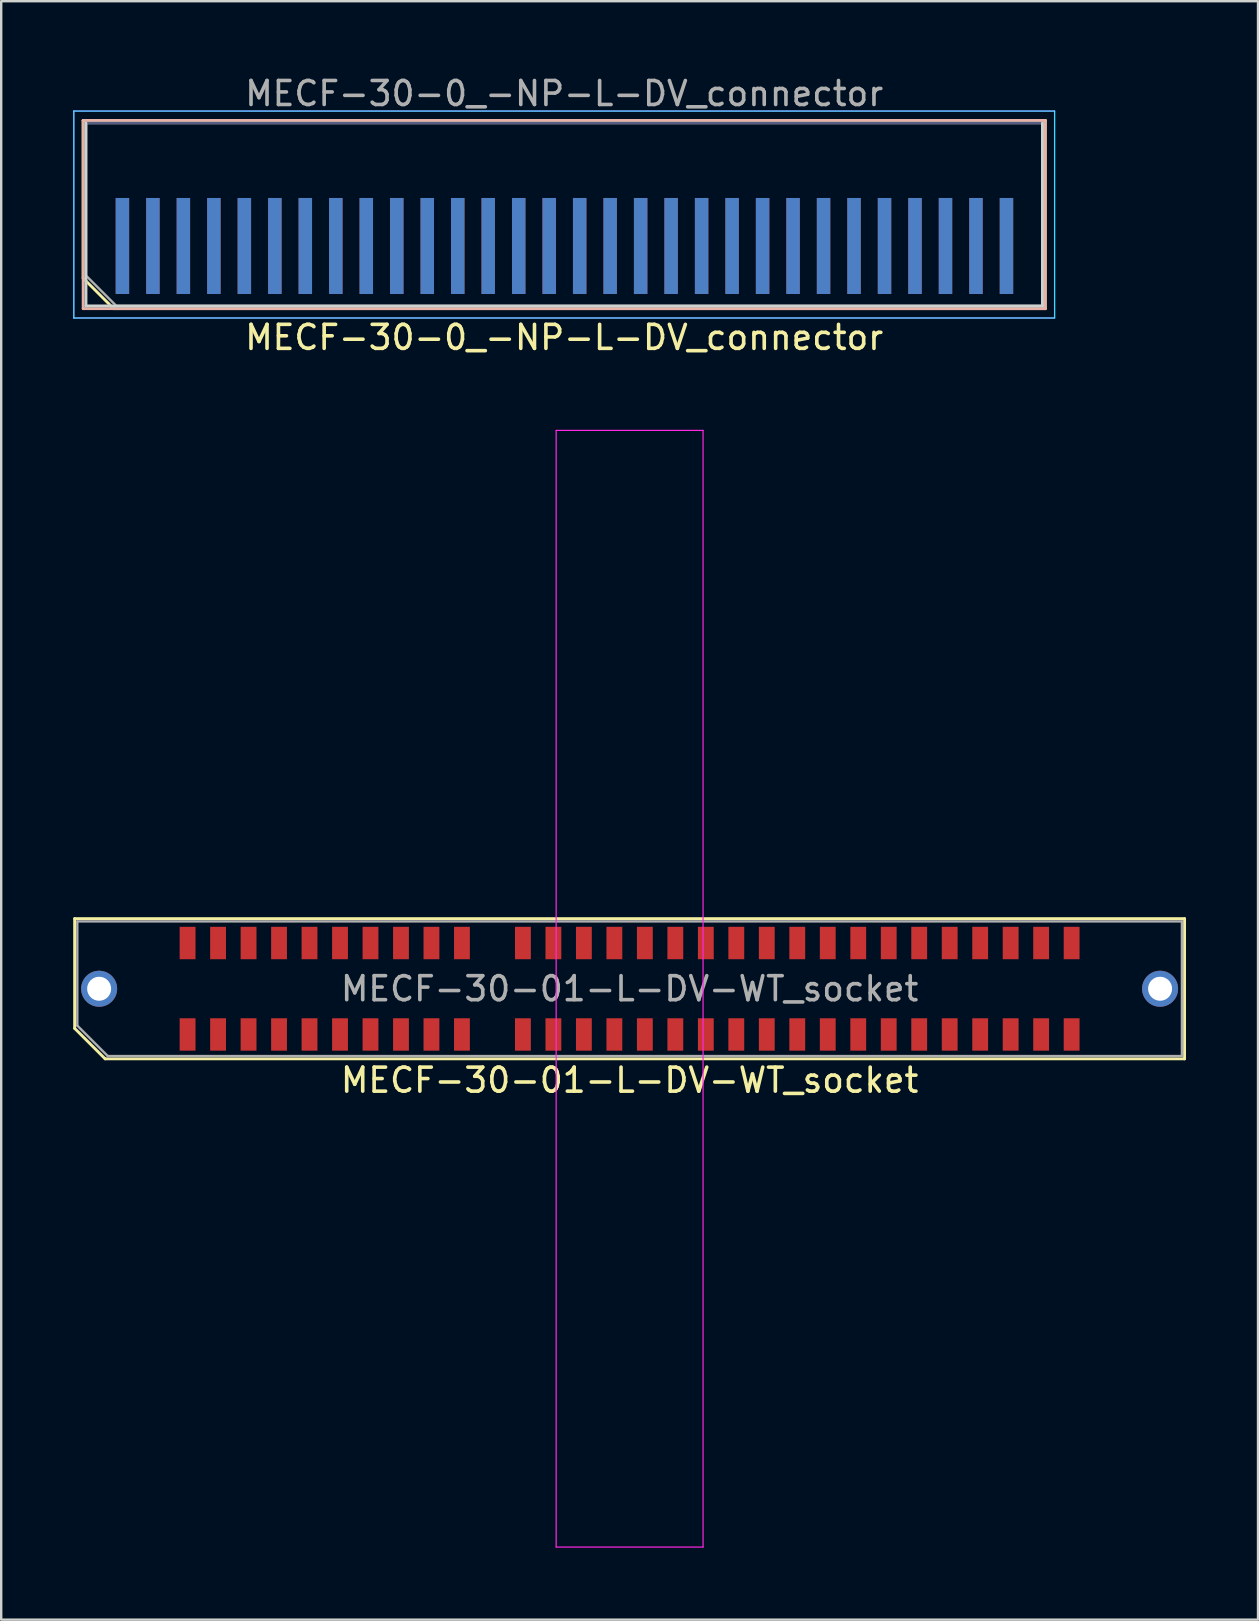
<source format=kicad_pcb>
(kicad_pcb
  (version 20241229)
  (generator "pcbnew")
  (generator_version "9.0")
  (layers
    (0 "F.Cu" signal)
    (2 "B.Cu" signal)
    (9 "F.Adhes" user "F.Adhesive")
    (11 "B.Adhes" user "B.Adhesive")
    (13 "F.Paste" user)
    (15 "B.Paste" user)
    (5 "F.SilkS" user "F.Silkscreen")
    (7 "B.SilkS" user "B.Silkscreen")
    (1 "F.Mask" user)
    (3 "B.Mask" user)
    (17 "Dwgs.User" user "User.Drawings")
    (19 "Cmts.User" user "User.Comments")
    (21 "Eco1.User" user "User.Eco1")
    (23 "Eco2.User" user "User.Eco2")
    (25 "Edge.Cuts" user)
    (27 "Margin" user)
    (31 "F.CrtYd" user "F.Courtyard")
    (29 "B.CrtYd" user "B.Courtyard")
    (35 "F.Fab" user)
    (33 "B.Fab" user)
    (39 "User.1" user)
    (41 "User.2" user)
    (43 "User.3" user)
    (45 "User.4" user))
  (footprint "MECF-30-01-L-DV-WT_socket"
    (layer "F.Cu")
    (at 23.18 38.142)
    (property "Reference" "MECF-30-01-L-DV-WT_socket" (at 0 3.81 0) (layer "F.SilkS") (effects (font (size 1 1) (thickness 0.15))))
    (attr smd)
    (fp_line (start -23.12 -2.92) (end 23.12 -2.92) (stroke (width 0.12) (type solid)) (layer "F.SilkS"))
    (fp_line (start -23.12 1.65) (end -23.12 -2.92) (stroke (width 0.12) (type solid)) (layer "F.SilkS"))
    (fp_line (start -21.85 2.92) (end -23.12 1.65) (stroke (width 0.12) (type solid)) (layer "F.SilkS"))
    (fp_line (start -21.85 2.92) (end 23.12 2.92) (stroke (width 0.12) (type solid)) (layer "F.SilkS"))
    (fp_line (start 23.12 2.92) (end 23.12 -2.92) (stroke (width 0.12) (type solid)) (layer "F.SilkS"))
    (fp_line (start -3.06 -23.26) (end -3.06 23.26) (stroke (width 0.05) (type solid)) (layer "F.CrtYd"))
    (fp_line (start -3.06 23.26) (end 3.06 23.26) (stroke (width 0.05) (type solid)) (layer "F.CrtYd"))
    (fp_line (start 3.06 -23.26) (end -3.06 -23.26) (stroke (width 0.05) (type solid)) (layer "F.CrtYd"))
    (fp_line (start 3.06 23.26) (end 3.06 -23.26) (stroke (width 0.05) (type solid)) (layer "F.CrtYd"))
    (fp_line (start -23.01 -2.805) (end 23.01 -2.805) (stroke (width 0.1) (type solid)) (layer "F.Fab"))
    (fp_line (start -23.01 1.535) (end -23.01 -2.805) (stroke (width 0.1) (type solid)) (layer "F.Fab"))
    (fp_line (start -23.01 1.535) (end -21.74 2.805) (stroke (width 0.1) (type solid)) (layer "F.Fab"))
    (fp_line (start -21.74 2.805) (end 23.01 2.805) (stroke (width 0.1) (type solid)) (layer "F.Fab"))
    (fp_line (start 23.01 2.805) (end 23.01 -2.805) (stroke (width 0.1) (type solid)) (layer "F.Fab"))
    (fp_text user "${REFERENCE}" (at 0 0 0) (layer "F.Fab") (effects (font (size 1 1) (thickness 0.15))))
    (pad "" np_thru_hole circle (at -20.195 0) (size 0.001 0.001) (drill 1.45) (layers "*.Cu" "*.Mask"))
    (pad "" np_thru_hole circle (at 20.195 1) (size 0.001 0.001) (drill 1.45) (layers "*.Cu" "*.Mask"))
    (pad "1" smd rect (at -18.415 1.905) (size 0.66 1.35) (layers "F.Cu" "F.Mask" "F.Paste"))
    (pad "2" smd rect (at -18.415 -1.905) (size 0.66 1.35) (layers "F.Cu" "F.Mask" "F.Paste"))
    (pad "3" smd rect (at -17.145 1.905) (size 0.66 1.35) (layers "F.Cu" "F.Mask" "F.Paste"))
    (pad "4" smd rect (at -17.145 -1.905) (size 0.66 1.35) (layers "F.Cu" "F.Mask" "F.Paste"))
    (pad "5" smd rect (at -15.875 1.905) (size 0.66 1.35) (layers "F.Cu" "F.Mask" "F.Paste"))
    (pad "6" smd rect (at -15.875 -1.905) (size 0.66 1.35) (layers "F.Cu" "F.Mask" "F.Paste"))
    (pad "7" smd rect (at -14.605 1.905) (size 0.66 1.35) (layers "F.Cu" "F.Mask" "F.Paste"))
    (pad "8" smd rect (at -14.605 -1.905) (size 0.66 1.35) (layers "F.Cu" "F.Mask" "F.Paste"))
    (pad "9" smd rect (at -13.335 1.905) (size 0.66 1.35) (layers "F.Cu" "F.Mask" "F.Paste"))
    (pad "10" smd rect (at -13.335 -1.905) (size 0.66 1.35) (layers "F.Cu" "F.Mask" "F.Paste"))
    (pad "11" smd rect (at -12.065 1.905) (size 0.66 1.35) (layers "F.Cu" "F.Mask" "F.Paste"))
    (pad "12" smd rect (at -12.065 -1.905) (size 0.66 1.35) (layers "F.Cu" "F.Mask" "F.Paste"))
    (pad "13" smd rect (at -10.795 1.905) (size 0.66 1.35) (layers "F.Cu" "F.Mask" "F.Paste"))
    (pad "14" smd rect (at -10.795 -1.905) (size 0.66 1.35) (layers "F.Cu" "F.Mask" "F.Paste"))
    (pad "15" smd rect (at -9.525 1.905) (size 0.66 1.35) (layers "F.Cu" "F.Mask" "F.Paste"))
    (pad "16" smd rect (at -9.525 -1.905) (size 0.66 1.35) (layers "F.Cu" "F.Mask" "F.Paste"))
    (pad "17" smd rect (at -8.255 1.905) (size 0.66 1.35) (layers "F.Cu" "F.Mask" "F.Paste"))
    (pad "18" smd rect (at -8.255 -1.905) (size 0.66 1.35) (layers "F.Cu" "F.Mask" "F.Paste"))
    (pad "19" smd rect (at -6.985 1.905) (size 0.66 1.35) (layers "F.Cu" "F.Mask" "F.Paste"))
    (pad "20" smd rect (at -6.985 -1.905) (size 0.66 1.35) (layers "F.Cu" "F.Mask" "F.Paste"))
    (pad "23" smd rect (at -4.445 1.905) (size 0.66 1.35) (layers "F.Cu" "F.Mask" "F.Paste"))
    (pad "24" smd rect (at -4.445 -1.905) (size 0.66 1.35) (layers "F.Cu" "F.Mask" "F.Paste"))
    (pad "25" smd rect (at -3.175 1.905) (size 0.66 1.35) (layers "F.Cu" "F.Mask" "F.Paste"))
    (pad "26" smd rect (at -3.175 -1.905) (size 0.66 1.35) (layers "F.Cu" "F.Mask" "F.Paste"))
    (pad "27" smd rect (at -1.905 1.905) (size 0.66 1.35) (layers "F.Cu" "F.Mask" "F.Paste"))
    (pad "28" smd rect (at -1.905 -1.905) (size 0.66 1.35) (layers "F.Cu" "F.Mask" "F.Paste"))
    (pad "29" smd rect (at -0.635 1.905) (size 0.66 1.35) (layers "F.Cu" "F.Mask" "F.Paste"))
    (pad "30" smd rect (at -0.635 -1.905) (size 0.66 1.35) (layers "F.Cu" "F.Mask" "F.Paste"))
    (pad "31" smd rect (at 0.635 1.905) (size 0.66 1.35) (layers "F.Cu" "F.Mask" "F.Paste"))
    (pad "32" smd rect (at 0.635 -1.905) (size 0.66 1.35) (layers "F.Cu" "F.Mask" "F.Paste"))
    (pad "33" smd rect (at 1.905 1.905) (size 0.66 1.35) (layers "F.Cu" "F.Mask" "F.Paste"))
    (pad "34" smd rect (at 1.905 -1.905) (size 0.66 1.35) (layers "F.Cu" "F.Mask" "F.Paste"))
    (pad "35" smd rect (at 3.175 1.905) (size 0.66 1.35) (layers "F.Cu" "F.Mask" "F.Paste"))
    (pad "36" smd rect (at 3.175 -1.905) (size 0.66 1.35) (layers "F.Cu" "F.Mask" "F.Paste"))
    (pad "37" smd rect (at 4.445 1.905) (size 0.66 1.35) (layers "F.Cu" "F.Mask" "F.Paste"))
    (pad "38" smd rect (at 4.445 -1.905) (size 0.66 1.35) (layers "F.Cu" "F.Mask" "F.Paste"))
    (pad "39" smd rect (at 5.715 1.905) (size 0.66 1.35) (layers "F.Cu" "F.Mask" "F.Paste"))
    (pad "40" smd rect (at 5.715 -1.905) (size 0.66 1.35) (layers "F.Cu" "F.Mask" "F.Paste"))
    (pad "41" smd rect (at 6.985 1.905) (size 0.66 1.35) (layers "F.Cu" "F.Mask" "F.Paste"))
    (pad "42" smd rect (at 6.985 -1.905) (size 0.66 1.35) (layers "F.Cu" "F.Mask" "F.Paste"))
    (pad "43" smd rect (at 8.255 1.905) (size 0.66 1.35) (layers "F.Cu" "F.Mask" "F.Paste"))
    (pad "44" smd rect (at 8.255 -1.905) (size 0.66 1.35) (layers "F.Cu" "F.Mask" "F.Paste"))
    (pad "45" smd rect (at 9.525 1.905) (size 0.66 1.35) (layers "F.Cu" "F.Mask" "F.Paste"))
    (pad "46" smd rect (at 9.525 -1.905) (size 0.66 1.35) (layers "F.Cu" "F.Mask" "F.Paste"))
    (pad "47" smd rect (at 10.795 1.905) (size 0.66 1.35) (layers "F.Cu" "F.Mask" "F.Paste"))
    (pad "48" smd rect (at 10.795 -1.905) (size 0.66 1.35) (layers "F.Cu" "F.Mask" "F.Paste"))
    (pad "49" smd rect (at 12.065 1.905) (size 0.66 1.35) (layers "F.Cu" "F.Mask" "F.Paste"))
    (pad "50" smd rect (at 12.065 -1.905) (size 0.66 1.35) (layers "F.Cu" "F.Mask" "F.Paste"))
    (pad "51" smd rect (at 13.335 1.905) (size 0.66 1.35) (layers "F.Cu" "F.Mask" "F.Paste"))
    (pad "52" smd rect (at 13.335 -1.905) (size 0.66 1.35) (layers "F.Cu" "F.Mask" "F.Paste"))
    (pad "53" smd rect (at 14.605 1.905) (size 0.66 1.35) (layers "F.Cu" "F.Mask" "F.Paste"))
    (pad "54" smd rect (at 14.605 -1.905) (size 0.66 1.35) (layers "F.Cu" "F.Mask" "F.Paste"))
    (pad "55" smd rect (at 15.875 1.905) (size 0.66 1.35) (layers "F.Cu" "F.Mask" "F.Paste"))
    (pad "56" smd rect (at 15.875 -1.905) (size 0.66 1.35) (layers "F.Cu" "F.Mask" "F.Paste"))
    (pad "57" smd rect (at 17.145 1.905) (size 0.66 1.35) (layers "F.Cu" "F.Mask" "F.Paste"))
    (pad "58" smd rect (at 17.145 -1.905) (size 0.66 1.35) (layers "F.Cu" "F.Mask" "F.Paste"))
    (pad "59" smd rect (at 18.415 1.905) (size 0.66 1.35) (layers "F.Cu" "F.Mask" "F.Paste"))
    (pad "60" smd rect (at 18.415 -1.905) (size 0.66 1.35) (layers "F.Cu" "F.Mask" "F.Paste"))
    (pad "None" thru_hole circle (at -22.1 0) (size 1.5 1.5) (drill 1) (layers "*.Cu" "*.Mask"))
    (pad "None" thru_hole circle (at 22.1 0) (size 1.5 1.5) (drill 1) (layers "*.Cu" "*.Mask")))
  (footprint "MECF-30-0_-NP-L-DV_connector"
    (layer "F.Cu")
    (at 20.455 7.198)
    (property "Reference" "MECF-30-0_-NP-L-DV_connector" (at 0 3.81 0) (layer "F.SilkS") (effects (font (size 1 1) (thickness 0.15))))
    (attr smd)
    (fp_line (start -20.04 -5.23) (end 20.04 -5.23) (stroke (width 0.12) (type solid)) (layer "F.SilkS"))
    (fp_line (start -20.04 1.34) (end -20.04 -5.23) (stroke (width 0.12) (type solid)) (layer "F.SilkS"))
    (fp_line (start -18.77 2.61) (end -20.04 1.34) (stroke (width 0.12) (type solid)) (layer "F.SilkS"))
    (fp_line (start -18.77 2.61) (end 20.04 2.61) (stroke (width 0.12) (type solid)) (layer "F.SilkS"))
    (fp_line (start 20.04 2.61) (end 20.04 -5.23) (stroke (width 0.12) (type solid)) (layer "F.SilkS"))
    (fp_line (start -20.04 -5.23) (end 20.04 -5.23) (stroke (width 0.12) (type solid)) (layer "B.SilkS"))
    (fp_line (start -20.04 2.61) (end -20.04 -5.23) (stroke (width 0.12) (type solid)) (layer "B.SilkS"))
    (fp_line (start -20.04 2.61) (end 20.04 2.61) (stroke (width 0.12) (type solid)) (layer "B.SilkS"))
    (fp_line (start 20.04 2.61) (end 20.04 -5.23) (stroke (width 0.12) (type solid)) (layer "B.SilkS"))
    (fp_line (start -19.925 2.5) (end -19.925 -5.12) (stroke (width 0.12) (type solid)) (layer "Edge.Cuts"))
    (fp_line (start -19.925 2.5) (end 19.925 2.5) (stroke (width 0.12) (type solid)) (layer "Edge.Cuts"))
    (fp_line (start 19.925 2.5) (end 19.925 -5.12) (stroke (width 0.12) (type solid)) (layer "Edge.Cuts"))
    (fp_line (start -20.43 -5.62) (end -20.43 3) (stroke (width 0.05) (type solid)) (layer "B.CrtYd"))
    (fp_line (start -20.43 3) (end 20.43 3) (stroke (width 0.05) (type solid)) (layer "B.CrtYd"))
    (fp_line (start 20.43 -5.62) (end -20.43 -5.62) (stroke (width 0.05) (type solid)) (layer "B.CrtYd"))
    (fp_line (start 20.43 3) (end 20.43 -5.62) (stroke (width 0.05) (type solid)) (layer "B.CrtYd"))
    (fp_line (start -20.43 -5.62) (end -20.43 3) (stroke (width 0.05) (type solid)) (layer "F.CrtYd"))
    (fp_line (start -20.43 3) (end 20.43 3) (stroke (width 0.05) (type solid)) (layer "F.CrtYd"))
    (fp_line (start 20.43 -5.62) (end -20.43 -5.62) (stroke (width 0.05) (type solid)) (layer "F.CrtYd"))
    (fp_line (start 20.43 3) (end 20.43 -5.62) (stroke (width 0.05) (type solid)) (layer "F.CrtYd"))
    (fp_line (start -19.925 -5.12) (end 19.925 -5.12) (stroke (width 0.1) (type solid)) (layer "B.Fab"))
    (fp_line (start -19.925 2.5) (end -19.925 -5.12) (stroke (width 0.1) (type solid)) (layer "B.Fab"))
    (fp_line (start -19.925 2.5) (end 19.925 2.5) (stroke (width 0.1) (type solid)) (layer "B.Fab"))
    (fp_line (start 19.925 2.5) (end 19.925 -5.12) (stroke (width 0.1) (type solid)) (layer "B.Fab"))
    (fp_line (start -19.925 -5.12) (end 19.925 -5.12) (stroke (width 0.1) (type solid)) (layer "F.Fab"))
    (fp_line (start -19.925 1.23) (end -19.925 -5.12) (stroke (width 0.1) (type solid)) (layer "F.Fab"))
    (fp_line (start -19.925 1.23) (end -18.655 2.5) (stroke (width 0.1) (type solid)) (layer "F.Fab"))
    (fp_line (start -18.655 2.5) (end 19.925 2.5) (stroke (width 0.1) (type solid)) (layer "F.Fab"))
    (fp_line (start 19.925 2.5) (end 19.925 -5.12) (stroke (width 0.1) (type solid)) (layer "F.Fab"))
    (fp_text user "${REFERENCE}" (at 0 -6.35 0) (layer "F.Fab") (effects (font (size 1 1) (thickness 0.15))))
    (pad "1" smd rect (at -18.405 0) (size 0.56 4) (layers "F.Cu" "F.Mask" "F.Paste"))
    (pad "2" smd rect (at -18.405 0) (size 0.56 4) (layers "B.Cu" "B.Mask" "B.Paste"))
    (pad "3" smd rect (at -17.135 0) (size 0.56 4) (layers "F.Cu" "F.Mask" "F.Paste"))
    (pad "4" smd rect (at -17.135 0) (size 0.56 4) (layers "B.Cu" "B.Mask" "B.Paste"))
    (pad "5" smd rect (at -15.865 0) (size 0.56 4) (layers "F.Cu" "F.Mask" "F.Paste"))
    (pad "6" smd rect (at -15.865 0) (size 0.56 4) (layers "B.Cu" "B.Mask" "B.Paste"))
    (pad "7" smd rect (at -14.595 0) (size 0.56 4) (layers "F.Cu" "F.Mask" "F.Paste"))
    (pad "8" smd rect (at -14.595 0) (size 0.56 4) (layers "B.Cu" "B.Mask" "B.Paste"))
    (pad "9" smd rect (at -13.325 0) (size 0.56 4) (layers "F.Cu" "F.Mask" "F.Paste"))
    (pad "10" smd rect (at -13.325 0) (size 0.56 4) (layers "B.Cu" "B.Mask" "B.Paste"))
    (pad "11" smd rect (at -12.055 0) (size 0.56 4) (layers "F.Cu" "F.Mask" "F.Paste"))
    (pad "12" smd rect (at -12.055 0) (size 0.56 4) (layers "B.Cu" "B.Mask" "B.Paste"))
    (pad "13" smd rect (at -10.785 0) (size 0.56 4) (layers "F.Cu" "F.Mask" "F.Paste"))
    (pad "14" smd rect (at -10.785 0) (size 0.56 4) (layers "B.Cu" "B.Mask" "B.Paste"))
    (pad "15" smd rect (at -9.515 0) (size 0.56 4) (layers "F.Cu" "F.Mask" "F.Paste"))
    (pad "16" smd rect (at -9.515 0) (size 0.56 4) (layers "B.Cu" "B.Mask" "B.Paste"))
    (pad "17" smd rect (at -8.245 0) (size 0.56 4) (layers "F.Cu" "F.Mask" "F.Paste"))
    (pad "18" smd rect (at -8.245 0) (size 0.56 4) (layers "B.Cu" "B.Mask" "B.Paste"))
    (pad "19" smd rect (at -6.975 0) (size 0.56 4) (layers "F.Cu" "F.Mask" "F.Paste"))
    (pad "20" smd rect (at -6.975 0) (size 0.56 4) (layers "B.Cu" "B.Mask" "B.Paste"))
    (pad "21" smd rect (at -5.705 0) (size 0.56 4) (layers "F.Cu" "F.Mask" "F.Paste"))
    (pad "22" smd rect (at -5.705 0) (size 0.56 4) (layers "B.Cu" "B.Mask" "B.Paste"))
    (pad "23" smd rect (at -4.435 0) (size 0.56 4) (layers "F.Cu" "F.Mask" "F.Paste"))
    (pad "24" smd rect (at -4.435 0) (size 0.56 4) (layers "B.Cu" "B.Mask" "B.Paste"))
    (pad "25" smd rect (at -3.165 0) (size 0.56 4) (layers "F.Cu" "F.Mask" "F.Paste"))
    (pad "26" smd rect (at -3.165 0) (size 0.56 4) (layers "B.Cu" "B.Mask" "B.Paste"))
    (pad "27" smd rect (at -1.895 0) (size 0.56 4) (layers "F.Cu" "F.Mask" "F.Paste"))
    (pad "28" smd rect (at -1.895 0) (size 0.56 4) (layers "B.Cu" "B.Mask" "B.Paste"))
    (pad "29" smd rect (at -0.625 0) (size 0.56 4) (layers "F.Cu" "F.Mask" "F.Paste"))
    (pad "30" smd rect (at -0.625 0) (size 0.56 4) (layers "B.Cu" "B.Mask" "B.Paste"))
    (pad "31" smd rect (at 0.645 0) (size 0.56 4) (layers "F.Cu" "F.Mask" "F.Paste"))
    (pad "32" smd rect (at 0.645 0) (size 0.56 4) (layers "B.Cu" "B.Mask" "B.Paste"))
    (pad "33" smd rect (at 1.915 0) (size 0.56 4) (layers "F.Cu" "F.Mask" "F.Paste"))
    (pad "34" smd rect (at 1.915 0) (size 0.56 4) (layers "B.Cu" "B.Mask" "B.Paste"))
    (pad "35" smd rect (at 3.185 0) (size 0.56 4) (layers "F.Cu" "F.Mask" "F.Paste"))
    (pad "36" smd rect (at 3.185 0) (size 0.56 4) (layers "B.Cu" "B.Mask" "B.Paste"))
    (pad "37" smd rect (at 4.455 0) (size 0.56 4) (layers "F.Cu" "F.Mask" "F.Paste"))
    (pad "38" smd rect (at 4.455 0) (size 0.56 4) (layers "B.Cu" "B.Mask" "B.Paste"))
    (pad "39" smd rect (at 5.725 0) (size 0.56 4) (layers "F.Cu" "F.Mask" "F.Paste"))
    (pad "40" smd rect (at 5.725 0) (size 0.56 4) (layers "B.Cu" "B.Mask" "B.Paste"))
    (pad "41" smd rect (at 6.995 0) (size 0.56 4) (layers "F.Cu" "F.Mask" "F.Paste"))
    (pad "42" smd rect (at 6.995 0) (size 0.56 4) (layers "B.Cu" "B.Mask" "B.Paste"))
    (pad "43" smd rect (at 8.265 0) (size 0.56 4) (layers "F.Cu" "F.Mask" "F.Paste"))
    (pad "44" smd rect (at 8.265 0) (size 0.56 4) (layers "B.Cu" "B.Mask" "B.Paste"))
    (pad "45" smd rect (at 9.535 0) (size 0.56 4) (layers "F.Cu" "F.Mask" "F.Paste"))
    (pad "46" smd rect (at 9.535 0) (size 0.56 4) (layers "B.Cu" "B.Mask" "B.Paste"))
    (pad "47" smd rect (at 10.805 0) (size 0.56 4) (layers "F.Cu" "F.Mask" "F.Paste"))
    (pad "48" smd rect (at 10.805 0) (size 0.56 4) (layers "B.Cu" "B.Mask" "B.Paste"))
    (pad "49" smd rect (at 12.075 0) (size 0.56 4) (layers "F.Cu" "F.Mask" "F.Paste"))
    (pad "50" smd rect (at 12.075 0) (size 0.56 4) (layers "B.Cu" "B.Mask" "B.Paste"))
    (pad "51" smd rect (at 13.345 0) (size 0.56 4) (layers "F.Cu" "F.Mask" "F.Paste"))
    (pad "52" smd rect (at 13.345 0) (size 0.56 4) (layers "B.Cu" "B.Mask" "B.Paste"))
    (pad "53" smd rect (at 14.615 0) (size 0.56 4) (layers "F.Cu" "F.Mask" "F.Paste"))
    (pad "54" smd rect (at 14.615 0) (size 0.56 4) (layers "B.Cu" "B.Mask" "B.Paste"))
    (pad "55" smd rect (at 15.885 0) (size 0.56 4) (layers "F.Cu" "F.Mask" "F.Paste"))
    (pad "56" smd rect (at 15.885 0) (size 0.56 4) (layers "B.Cu" "B.Mask" "B.Paste"))
    (pad "57" smd rect (at 17.155 0) (size 0.56 4) (layers "F.Cu" "F.Mask" "F.Paste"))
    (pad "58" smd rect (at 17.155 0) (size 0.56 4) (layers "B.Cu" "B.Mask" "B.Paste"))
    (pad "59" smd rect (at 18.425 0) (size 0.56 4) (layers "F.Cu" "F.Mask" "F.Paste"))
    (pad "60" smd rect (at 18.425 0) (size 0.56 4) (layers "B.Cu" "B.Mask" "B.Paste")))
  (gr_rect
    (start -3 -3)
    (end 49.36 64.427)
    (stroke (width 0.1) (type default))
    (fill no)
    (layer "Edge.Cuts")))
</source>
